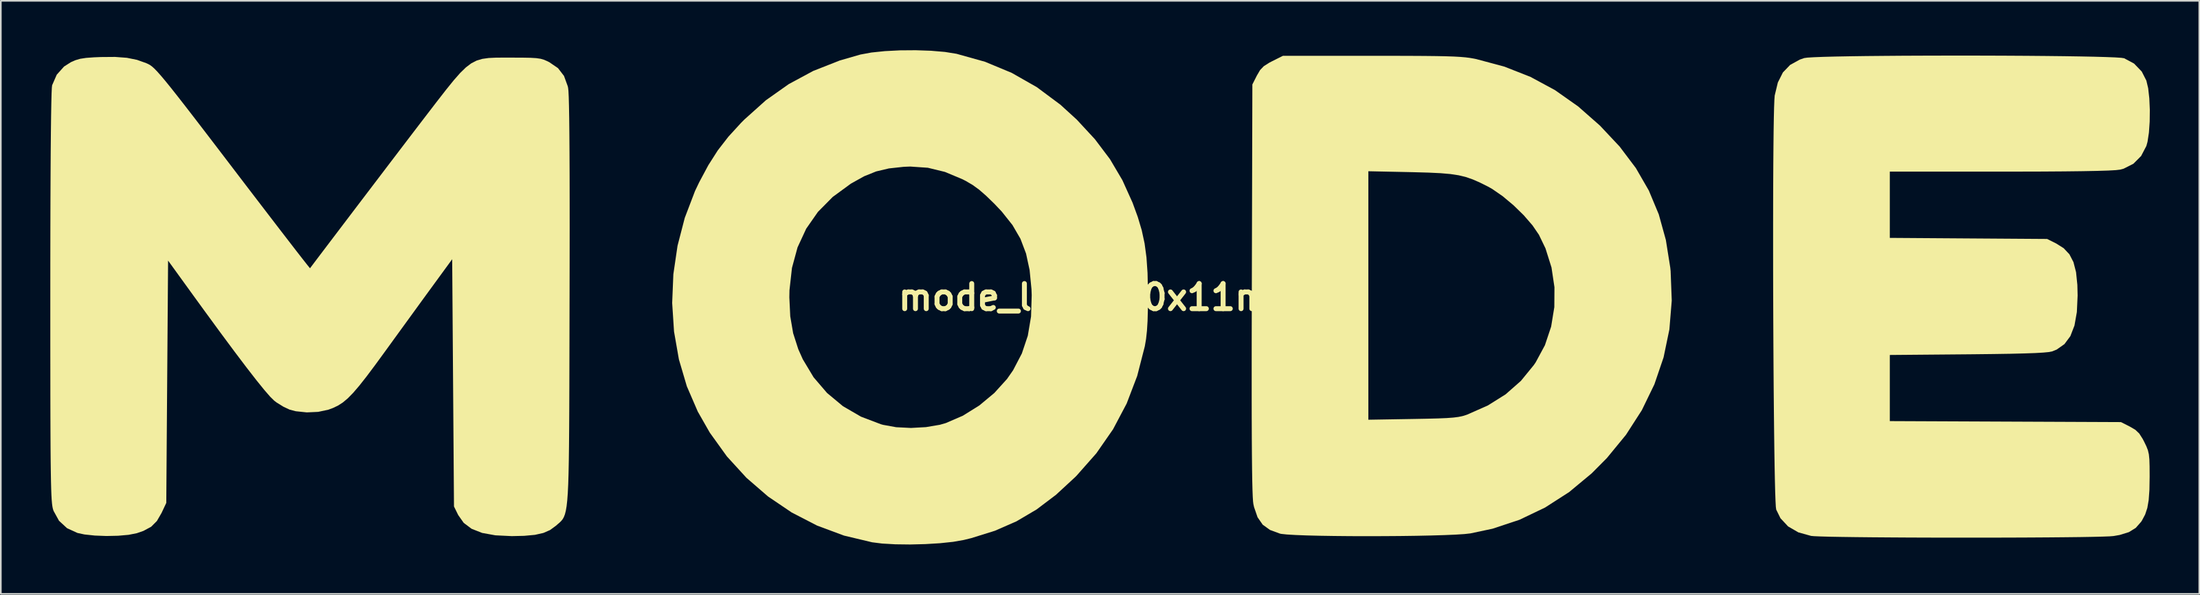
<source format=kicad_pcb>
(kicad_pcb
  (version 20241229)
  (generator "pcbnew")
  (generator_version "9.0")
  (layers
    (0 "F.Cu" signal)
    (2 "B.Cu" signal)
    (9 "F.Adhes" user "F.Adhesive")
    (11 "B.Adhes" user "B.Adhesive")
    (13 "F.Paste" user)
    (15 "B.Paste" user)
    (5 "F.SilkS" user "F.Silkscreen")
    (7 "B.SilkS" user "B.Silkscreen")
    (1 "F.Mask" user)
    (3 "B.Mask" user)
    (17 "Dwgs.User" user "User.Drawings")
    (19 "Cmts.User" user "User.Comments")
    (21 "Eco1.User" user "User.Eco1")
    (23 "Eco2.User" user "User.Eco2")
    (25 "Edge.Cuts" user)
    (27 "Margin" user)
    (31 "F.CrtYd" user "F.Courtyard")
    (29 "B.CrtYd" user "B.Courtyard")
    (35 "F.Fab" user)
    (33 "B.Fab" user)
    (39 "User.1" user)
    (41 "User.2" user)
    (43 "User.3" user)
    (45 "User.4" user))
  (footprint "mode_logo_30x11mm"
    (layer "F.Cu")
    (at 63.663 15.001)
    (property "Reference" "mode_logo_30x11mm" (at 0 0 0) (layer "F.SilkS") (effects (font (size 1.524 1.524) (thickness 0.3))))
    (attr board_only exclude_from_pos_files exclude_from_bom)
    (fp_poly (pts (xy 17.711 -14.662) (xy 18.764 -14.659) (xy 19.641 -14.654) (xy 20.364 -14.646) (xy 20.953 -14.634) (xy 21.43 -14.618) (xy 21.816 -14.596) (xy 22.132 -14.569) (xy 22.399 -14.535) (xy 22.638 -14.494) (xy 22.784 -14.464) (xy 24.489 -14.007) (xy 26.072 -13.383) (xy 27.556 -12.581) (xy 28.964 -11.588) (xy 30.289 -10.421) (xy 31.478 -9.153) (xy 32.461 -7.848) (xy 33.248 -6.483) (xy 33.851 -5.036) (xy 34.28 -3.483) (xy 34.547 -1.803) (xy 34.569 -1.593) (xy 34.637 0.2) (xy 34.494 1.949) (xy 34.142 3.646) (xy 33.585 5.283) (xy 32.824 6.853) (xy 31.864 8.346) (xy 30.708 9.756) (xy 29.784 10.688) (xy 28.419 11.823) (xy 26.959 12.763) (xy 25.409 13.506) (xy 23.774 14.049) (xy 22.43 14.334) (xy 22.072 14.374) (xy 21.537 14.408) (xy 20.852 14.437) (xy 20.046 14.461) (xy 19.145 14.48) (xy 18.177 14.493) (xy 17.169 14.5) (xy 16.148 14.503) (xy 15.143 14.5) (xy 14.18 14.491) (xy 13.288 14.477) (xy 12.492 14.457) (xy 11.821 14.431) (xy 11.303 14.4) (xy 10.964 14.364) (xy 10.885 14.347) (xy 10.28 14.124) (xy 9.838 13.804) (xy 9.527 13.355) (xy 9.315 12.739) (xy 9.274 12.557) (xy 9.253 12.391) (xy 9.235 12.105) (xy 9.219 11.691) (xy 9.205 11.139) (xy 9.194 10.443) (xy 9.185 9.593) (xy 9.178 8.581) (xy 9.174 7.432) (xy 16.243 7.432) (xy 18.941 7.387) (xy 19.802 7.371) (xy 20.477 7.353) (xy 20.997 7.331) (xy 21.393 7.302) (xy 21.698 7.264) (xy 21.942 7.214) (xy 22.157 7.149) (xy 22.241 7.119) (xy 23.489 6.566) (xy 24.566 5.89) (xy 25.49 5.076) (xy 26.276 4.113) (xy 26.386 3.951) (xy 26.948 2.909) (xy 27.325 1.78) (xy 27.518 0.595) (xy 27.526 -0.612) (xy 27.347 -1.812) (xy 26.982 -2.972) (xy 26.584 -3.798) (xy 26.196 -4.367) (xy 25.665 -4.981) (xy 25.044 -5.588) (xy 24.388 -6.138) (xy 23.75 -6.58) (xy 23.492 -6.725) (xy 23.009 -6.966) (xy 22.577 -7.156) (xy 22.161 -7.301) (xy 21.722 -7.408) (xy 21.223 -7.484) (xy 20.625 -7.536) (xy 19.893 -7.571) (xy 18.988 -7.596) (xy 18.777 -7.601) (xy 16.243 -7.654) (xy 16.243 7.432) (xy 9.174 7.432) (xy 9.173 7.398) (xy 9.171 6.036) (xy 9.171 4.486) (xy 9.172 2.741) (xy 9.176 0.791) (xy 9.179 -0.494) (xy 9.212 -12.924) (xy 9.486 -13.466) (xy 9.68 -13.797) (xy 9.905 -14.033) (xy 10.235 -14.243) (xy 10.412 -14.335) (xy 11.065 -14.662) (xy 16.461 -14.662)) (stroke (width 0) (type solid)) (fill yes) (layer "F.SilkS"))
    (fp_poly (pts (xy -10.268 -14.969) (xy -9.422 -14.897) (xy -8.721 -14.784) (xy -7 -14.302) (xy -5.379 -13.628) (xy -3.855 -12.759) (xy -2.424 -11.693) (xy -1.433 -10.788) (xy -0.332 -9.597) (xy 0.581 -8.386) (xy 1.333 -7.111) (xy 1.951 -5.74) (xy 2.266 -4.875) (xy 2.506 -4.069) (xy 2.678 -3.27) (xy 2.792 -2.424) (xy 2.857 -1.479) (xy 2.881 -0.38) (xy 2.882 -0.164) (xy 2.877 0.728) (xy 2.858 1.444) (xy 2.822 2.029) (xy 2.768 2.524) (xy 2.692 2.974) (xy 2.689 2.984) (xy 2.229 4.778) (xy 1.591 6.45) (xy 0.768 8.009) (xy -0.244 9.468) (xy -1.451 10.836) (xy -1.523 10.909) (xy -2.694 11.991) (xy -3.87 12.881) (xy -5.089 13.601) (xy -6.392 14.172) (xy -7.818 14.618) (xy -8.285 14.733) (xy -8.929 14.846) (xy -9.727 14.93) (xy -10.618 14.984) (xy -11.54 15.007) (xy -12.432 14.996) (xy -13.231 14.95) (xy -13.839 14.874) (xy -15.545 14.467) (xy -17.174 13.861) (xy -18.712 13.067) (xy -20.146 12.096) (xy -21.461 10.957) (xy -22.644 9.661) (xy -23.681 8.218) (xy -24.41 6.939) (xy -25.074 5.401) (xy -25.554 3.772) (xy -25.85 2.078) (xy -25.962 0.345) (xy -25.948 0) (xy -18.859 0) (xy -18.804 1.153) (xy -18.628 2.181) (xy -18.317 3.15) (xy -18.044 3.761) (xy -17.389 4.855) (xy -16.572 5.809) (xy -15.609 6.611) (xy -14.516 7.247) (xy -13.309 7.706) (xy -13.171 7.744) (xy -12.381 7.887) (xy -11.487 7.932) (xy -10.576 7.881) (xy -9.734 7.739) (xy -9.375 7.636) (xy -8.338 7.188) (xy -7.342 6.567) (xy -6.434 5.811) (xy -5.664 4.96) (xy -5.295 4.43) (xy -4.763 3.41) (xy -4.402 2.332) (xy -4.205 1.164) (xy -4.165 -0.126) (xy -4.179 -0.491) (xy -4.292 -1.652) (xy -4.509 -2.658) (xy -4.849 -3.555) (xy -5.333 -4.389) (xy -5.98 -5.204) (xy -6.427 -5.677) (xy -6.933 -6.169) (xy -7.355 -6.536) (xy -7.747 -6.821) (xy -8.164 -7.066) (xy -8.363 -7.168) (xy -9.425 -7.613) (xy -10.463 -7.866) (xy -11.528 -7.939) (xy -11.928 -7.923) (xy -12.824 -7.825) (xy -13.595 -7.643) (xy -14.324 -7.35) (xy -15.098 -6.918) (xy -15.147 -6.888) (xy -16.228 -6.095) (xy -17.125 -5.187) (xy -17.837 -4.165) (xy -18.362 -3.031) (xy -18.7 -1.784) (xy -18.851 -0.428) (xy -18.859 0) (xy -25.948 0) (xy -25.891 -1.4) (xy -25.637 -3.132) (xy -25.199 -4.824) (xy -24.579 -6.451) (xy -24.327 -6.981) (xy -23.77 -8.022) (xy -23.197 -8.922) (xy -22.553 -9.753) (xy -21.787 -10.591) (xy -21.587 -10.792) (xy -20.281 -11.964) (xy -18.897 -12.943) (xy -17.412 -13.744) (xy -15.803 -14.378) (xy -14.553 -14.739) (xy -13.887 -14.862) (xy -13.066 -14.947) (xy -12.149 -14.994) (xy -11.196 -15.001)) (stroke (width 0) (type solid)) (fill yes) (layer "F.SilkS"))
    (fp_poly (pts (xy 53.697 -14.674) (xy 54.953 -14.669) (xy 56.169 -14.662) (xy 57.325 -14.652) (xy 58.401 -14.64) (xy 59.377 -14.625) (xy 60.234 -14.608) (xy 60.951 -14.588) (xy 61.508 -14.566) (xy 61.887 -14.541) (xy 62.065 -14.514) (xy 62.666 -14.191) (xy 63.132 -13.706) (xy 63.411 -13.158) (xy 63.52 -12.696) (xy 63.589 -12.084) (xy 63.62 -11.387) (xy 63.612 -10.672) (xy 63.566 -10.002) (xy 63.481 -9.443) (xy 63.412 -9.191) (xy 63.092 -8.578) (xy 62.624 -8.109) (xy 62.032 -7.809) (xy 61.818 -7.752) (xy 61.563 -7.722) (xy 61.098 -7.696) (xy 60.42 -7.675) (xy 59.529 -7.658) (xy 58.424 -7.645) (xy 57.103 -7.636) (xy 55.566 -7.632) (xy 54.556 -7.631) (xy 47.857 -7.631) (xy 47.857 -3.608) (xy 52.626 -3.575) (xy 57.395 -3.543) (xy 57.94 -3.27) (xy 58.399 -2.981) (xy 58.745 -2.613) (xy 58.991 -2.137) (xy 59.148 -1.527) (xy 59.227 -0.754) (xy 59.243 -0.109) (xy 59.197 0.895) (xy 59.052 1.713) (xy 58.803 2.358) (xy 58.445 2.841) (xy 57.972 3.174) (xy 57.697 3.285) (xy 57.506 3.323) (xy 57.169 3.355) (xy 56.674 3.384) (xy 56.01 3.407) (xy 55.166 3.428) (xy 54.129 3.444) (xy 52.888 3.458) (xy 52.571 3.461) (xy 47.857 3.501) (xy 47.857 7.516) (xy 54.864 7.546) (xy 61.871 7.576) (xy 62.413 7.851) (xy 62.744 8.045) (xy 62.98 8.27) (xy 63.19 8.6) (xy 63.282 8.777) (xy 63.414 9.051) (xy 63.505 9.287) (xy 63.562 9.534) (xy 63.593 9.843) (xy 63.606 10.266) (xy 63.609 10.852) (xy 63.609 10.901) (xy 63.596 11.689) (xy 63.552 12.303) (xy 63.469 12.788) (xy 63.338 13.185) (xy 63.151 13.539) (xy 63.091 13.632) (xy 62.769 13.998) (xy 62.353 14.256) (xy 61.794 14.429) (xy 61.423 14.494) (xy 61.183 14.513) (xy 60.747 14.529) (xy 60.137 14.544) (xy 59.373 14.557) (xy 58.476 14.567) (xy 57.467 14.576) (xy 56.367 14.583) (xy 55.196 14.588) (xy 53.976 14.591) (xy 52.727 14.592) (xy 51.471 14.592) (xy 50.227 14.589) (xy 49.018 14.585) (xy 47.863 14.578) (xy 46.784 14.57) (xy 45.802 14.56) (xy 44.936 14.548) (xy 44.209 14.535) (xy 43.642 14.519) (xy 43.254 14.502) (xy 43.084 14.486) (xy 42.312 14.271) (xy 41.69 13.91) (xy 41.228 13.414) (xy 40.969 12.887) (xy 40.947 12.716) (xy 40.927 12.344) (xy 40.907 11.788) (xy 40.889 11.066) (xy 40.872 10.194) (xy 40.856 9.19) (xy 40.842 8.07) (xy 40.829 6.853) (xy 40.817 5.554) (xy 40.807 4.192) (xy 40.799 2.783) (xy 40.792 1.345) (xy 40.787 -0.106) (xy 40.783 -1.552) (xy 40.782 -2.976) (xy 40.782 -4.361) (xy 40.784 -5.69) (xy 40.788 -6.946) (xy 40.794 -8.111) (xy 40.803 -9.169) (xy 40.813 -10.102) (xy 40.826 -10.893) (xy 40.841 -11.525) (xy 40.859 -11.981) (xy 40.878 -12.244) (xy 40.881 -12.26) (xy 41.069 -13.043) (xy 41.375 -13.652) (xy 41.813 -14.109) (xy 42.4 -14.433) (xy 42.668 -14.526) (xy 42.866 -14.553) (xy 43.261 -14.577) (xy 43.833 -14.599) (xy 44.563 -14.618) (xy 45.431 -14.634) (xy 46.416 -14.648) (xy 47.5 -14.658) (xy 48.662 -14.667) (xy 49.882 -14.672) (xy 51.141 -14.675) (xy 52.419 -14.676)) (stroke (width 0) (type solid)) (fill yes) (layer "F.SilkS"))
    (fp_poly (pts (xy -59.02 -14.541) (xy -58.41 -14.418) (xy -57.851 -14.219) (xy -57.726 -14.162) (xy -57.62 -14.104) (xy -57.502 -14.019) (xy -57.362 -13.894) (xy -57.19 -13.717) (xy -56.975 -13.476) (xy -56.708 -13.159) (xy -56.378 -12.753) (xy -55.977 -12.246) (xy -55.493 -11.625) (xy -54.918 -10.88) (xy -54.24 -9.996) (xy -53.45 -8.962) (xy -52.588 -7.831) (xy -51.818 -6.82) (xy -51.086 -5.863) (xy -50.405 -4.973) (xy -49.784 -4.163) (xy -49.234 -3.448) (xy -48.766 -2.841) (xy -48.39 -2.357) (xy -48.116 -2.008) (xy -47.956 -1.808) (xy -47.917 -1.765) (xy -47.769 -1.963) (xy -47.505 -2.314) (xy -47.142 -2.794) (xy -46.695 -3.384) (xy -46.181 -4.062) (xy -45.617 -4.806) (xy -45.019 -5.595) (xy -44.402 -6.407) (xy -43.784 -7.22) (xy -43.181 -8.015) (xy -42.608 -8.768) (xy -42.082 -9.459) (xy -41.62 -10.065) (xy -41.237 -10.567) (xy -40.951 -10.941) (xy -40.898 -11.01) (xy -40.23 -11.881) (xy -39.675 -12.595) (xy -39.211 -13.17) (xy -38.816 -13.62) (xy -38.467 -13.96) (xy -38.142 -14.206) (xy -37.818 -14.373) (xy -37.474 -14.476) (xy -37.086 -14.53) (xy -36.632 -14.551) (xy -36.09 -14.554) (xy -35.699 -14.553) (xy -35.037 -14.551) (xy -34.552 -14.542) (xy -34.2 -14.521) (xy -33.94 -14.483) (xy -33.73 -14.422) (xy -33.527 -14.333) (xy -33.41 -14.274) (xy -32.884 -13.914) (xy -32.521 -13.442) (xy -32.295 -12.822) (xy -32.272 -12.72) (xy -32.251 -12.526) (xy -32.233 -12.155) (xy -32.218 -11.602) (xy -32.205 -10.863) (xy -32.195 -9.933) (xy -32.187 -8.81) (xy -32.181 -7.489) (xy -32.178 -5.966) (xy -32.177 -4.238) (xy -32.179 -2.3) (xy -32.183 -0.149) (xy -32.184 0.165) (xy -32.188 2.119) (xy -32.192 3.867) (xy -32.196 5.421) (xy -32.201 6.794) (xy -32.208 7.997) (xy -32.217 9.042) (xy -32.229 9.941) (xy -32.245 10.707) (xy -32.265 11.351) (xy -32.291 11.886) (xy -32.323 12.323) (xy -32.362 12.675) (xy -32.409 12.954) (xy -32.464 13.172) (xy -32.528 13.34) (xy -32.601 13.471) (xy -32.686 13.577) (xy -32.781 13.671) (xy -32.889 13.763) (xy -33.009 13.867) (xy -33.027 13.882) (xy -33.365 14.13) (xy -33.771 14.307) (xy -34.283 14.422) (xy -34.939 14.482) (xy -35.687 14.499) (xy -36.678 14.451) (xy -37.485 14.305) (xy -38.121 14.055) (xy -38.599 13.696) (xy -38.932 13.223) (xy -38.937 13.214) (xy -39.19 12.7) (xy -39.245 5.194) (xy -39.299 -2.312) (xy -40.361 -0.856) (xy -40.714 -0.372) (xy -41.166 0.249) (xy -41.685 0.965) (xy -42.244 1.735) (xy -42.813 2.52) (xy -43.34 3.248) (xy -43.966 4.107) (xy -44.489 4.805) (xy -44.927 5.362) (xy -45.3 5.797) (xy -45.626 6.131) (xy -45.924 6.382) (xy -46.214 6.57) (xy -46.515 6.715) (xy -46.804 6.823) (xy -47.42 6.955) (xy -48.114 6.987) (xy -48.783 6.917) (xy -49.155 6.819) (xy -49.536 6.64) (xy -49.94 6.389) (xy -50.091 6.274) (xy -50.334 6.035) (xy -50.695 5.618) (xy -51.176 5.023) (xy -51.776 4.249) (xy -52.496 3.295) (xy -53.336 2.162) (xy -54.296 0.849) (xy -54.949 -0.051) (xy -56.523 -2.229) (xy -56.578 5.127) (xy -56.632 12.482) (xy -56.918 13.091) (xy -57.201 13.581) (xy -57.549 13.93) (xy -58.02 14.184) (xy -58.423 14.323) (xy -58.919 14.421) (xy -59.557 14.477) (xy -60.263 14.492) (xy -60.967 14.465) (xy -61.595 14.398) (xy -62.015 14.308) (xy -62.648 14.018) (xy -63.135 13.568) (xy -63.465 12.969) (xy -63.486 12.909) (xy -63.514 12.812) (xy -63.538 12.686) (xy -63.56 12.517) (xy -63.579 12.294) (xy -63.596 12.004) (xy -63.61 11.636) (xy -63.622 11.176) (xy -63.632 10.614) (xy -63.641 9.937) (xy -63.648 9.133) (xy -63.653 8.189) (xy -63.657 7.094) (xy -63.66 5.836) (xy -63.661 4.402) (xy -63.663 2.781) (xy -63.663 0.959) (xy -63.663 -0.047) (xy -63.662 -2.157) (xy -63.659 -4.092) (xy -63.654 -5.846) (xy -63.647 -7.416) (xy -63.639 -8.797) (xy -63.628 -9.985) (xy -63.616 -10.976) (xy -63.602 -11.765) (xy -63.587 -12.348) (xy -63.57 -12.722) (xy -63.553 -12.876) (xy -63.273 -13.516) (xy -62.83 -14.011) (xy -62.415 -14.276) (xy -62.136 -14.398) (xy -61.848 -14.482) (xy -61.494 -14.536) (xy -61.016 -14.571) (xy -60.607 -14.588) (xy -59.734 -14.595)) (stroke (width 0) (type solid)) (fill yes) (layer "F.SilkS")))
  (gr_rect
    (start -3 -3)
    (end 130.283 33.008)
    (stroke (width 0.1) (type default))
    (fill no)
    (layer "Edge.Cuts")))
</source>
